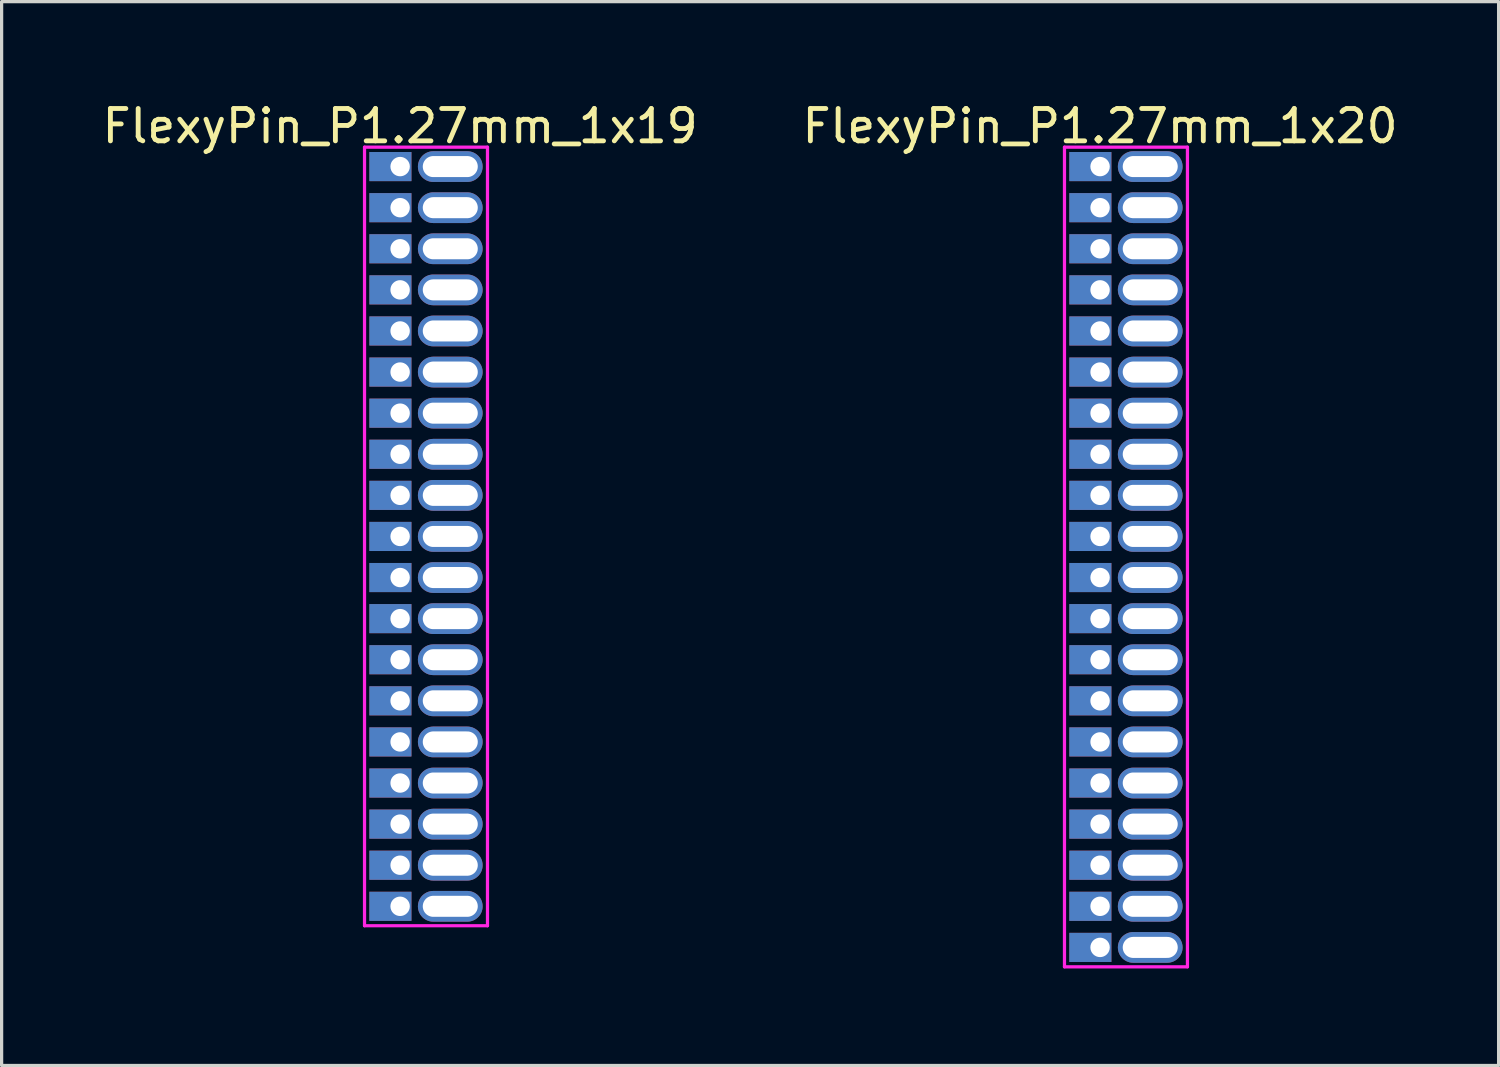
<source format=kicad_pcb>
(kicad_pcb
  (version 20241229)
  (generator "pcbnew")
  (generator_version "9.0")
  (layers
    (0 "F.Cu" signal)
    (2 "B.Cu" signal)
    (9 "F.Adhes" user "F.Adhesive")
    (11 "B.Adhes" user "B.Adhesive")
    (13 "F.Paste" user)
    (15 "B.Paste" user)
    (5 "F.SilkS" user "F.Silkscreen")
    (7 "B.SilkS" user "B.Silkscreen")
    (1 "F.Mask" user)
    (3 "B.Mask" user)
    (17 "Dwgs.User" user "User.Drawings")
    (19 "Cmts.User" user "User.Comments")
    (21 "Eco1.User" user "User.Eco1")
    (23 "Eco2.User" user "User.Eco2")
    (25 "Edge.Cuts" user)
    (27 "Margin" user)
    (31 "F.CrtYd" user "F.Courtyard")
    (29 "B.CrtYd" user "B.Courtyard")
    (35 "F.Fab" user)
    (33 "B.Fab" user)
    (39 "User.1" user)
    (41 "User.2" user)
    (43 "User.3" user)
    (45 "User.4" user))
  (footprint "FlexyPin_P1.27mm_1x20"
    (layer "F.Cu")
    (at 30.946 2.098)
    (property "Reference" "FlexyPin_P1.27mm_1x20" (at 0 -1.25 0) (layer "F.SilkS") (effects (font (size 1 1) (thickness 0.15))))
    (attr through_hole)
    (fp_line (start -1.1 -0.6) (end 2.7 -0.6) (stroke (width 0.1) (type solid)) (layer "F.CrtYd"))
    (fp_line (start -1.1 24.73) (end -1.1 -0.6) (stroke (width 0.1) (type solid)) (layer "F.CrtYd"))
    (fp_line (start 2.7 -0.6) (end 2.7 24.73) (stroke (width 0.1) (type solid)) (layer "F.CrtYd"))
    (fp_line (start 2.7 24.73) (end -1.1 24.73) (stroke (width 0.1) (type solid)) (layer "F.CrtYd"))
    (pad "" thru_hole oval (at 1.55 0) (size 2 0.95) (drill oval 1.7 0.65) (layers "*.Cu" "*.Mask"))
    (pad "" thru_hole oval (at 1.55 1.27) (size 2 0.95) (drill oval 1.7 0.65) (layers "*.Cu" "*.Mask"))
    (pad "" thru_hole oval (at 1.55 2.54) (size 2 0.95) (drill oval 1.7 0.65) (layers "*.Cu" "*.Mask"))
    (pad "" thru_hole oval (at 1.55 3.81) (size 2 0.95) (drill oval 1.7 0.65) (layers "*.Cu" "*.Mask"))
    (pad "" thru_hole oval (at 1.55 5.08) (size 2 0.95) (drill oval 1.7 0.65) (layers "*.Cu" "*.Mask"))
    (pad "" thru_hole oval (at 1.55 6.35) (size 2 0.95) (drill oval 1.7 0.65) (layers "*.Cu" "*.Mask"))
    (pad "" thru_hole oval (at 1.55 7.62) (size 2 0.95) (drill oval 1.7 0.65) (layers "*.Cu" "*.Mask"))
    (pad "" thru_hole oval (at 1.55 8.89) (size 2 0.95) (drill oval 1.7 0.65) (layers "*.Cu" "*.Mask"))
    (pad "" thru_hole oval (at 1.55 10.16) (size 2 0.95) (drill oval 1.7 0.65) (layers "*.Cu" "*.Mask"))
    (pad "" thru_hole oval (at 1.55 11.43) (size 2 0.95) (drill oval 1.7 0.65) (layers "*.Cu" "*.Mask"))
    (pad "" thru_hole oval (at 1.55 12.7) (size 2 0.95) (drill oval 1.7 0.65) (layers "*.Cu" "*.Mask"))
    (pad "" thru_hole oval (at 1.55 13.97) (size 2 0.95) (drill oval 1.7 0.65) (layers "*.Cu" "*.Mask"))
    (pad "" thru_hole oval (at 1.55 15.24) (size 2 0.95) (drill oval 1.7 0.65) (layers "*.Cu" "*.Mask"))
    (pad "" thru_hole oval (at 1.55 16.51) (size 2 0.95) (drill oval 1.7 0.65) (layers "*.Cu" "*.Mask"))
    (pad "" thru_hole oval (at 1.55 17.78) (size 2 0.95) (drill oval 1.7 0.65) (layers "*.Cu" "*.Mask"))
    (pad "" thru_hole oval (at 1.55 19.05) (size 2 0.95) (drill oval 1.7 0.65) (layers "*.Cu" "*.Mask"))
    (pad "" thru_hole oval (at 1.55 20.32) (size 2 0.95) (drill oval 1.7 0.65) (layers "*.Cu" "*.Mask"))
    (pad "" thru_hole oval (at 1.55 21.59) (size 2 0.95) (drill oval 1.7 0.65) (layers "*.Cu" "*.Mask"))
    (pad "" thru_hole oval (at 1.55 22.86) (size 2 0.95) (drill oval 1.7 0.65) (layers "*.Cu" "*.Mask"))
    (pad "" thru_hole oval (at 1.55 24.13) (size 2 0.95) (drill oval 1.7 0.65) (layers "*.Cu" "*.Mask"))
    (pad "1" thru_hole rect (at 0 0) (size 1.3 0.9) (drill 0.6 (offset -0.3 0)) (layers "*.Cu" "*.Mask"))
    (pad "2" thru_hole rect (at 0 1.27) (size 1.3 0.9) (drill 0.6 (offset -0.3 0)) (layers "*.Cu" "*.Mask"))
    (pad "3" thru_hole rect (at 0 2.54) (size 1.3 0.9) (drill 0.6 (offset -0.3 0)) (layers "*.Cu" "*.Mask"))
    (pad "4" thru_hole rect (at 0 3.81) (size 1.3 0.9) (drill 0.6 (offset -0.3 0)) (layers "*.Cu" "*.Mask"))
    (pad "5" thru_hole rect (at 0 5.08) (size 1.3 0.9) (drill 0.6 (offset -0.3 0)) (layers "*.Cu" "*.Mask"))
    (pad "6" thru_hole rect (at 0 6.35) (size 1.3 0.9) (drill 0.6 (offset -0.3 0)) (layers "*.Cu" "*.Mask"))
    (pad "7" thru_hole rect (at 0 7.62) (size 1.3 0.9) (drill 0.6 (offset -0.3 0)) (layers "*.Cu" "*.Mask"))
    (pad "8" thru_hole rect (at 0 8.89) (size 1.3 0.9) (drill 0.6 (offset -0.3 0)) (layers "*.Cu" "*.Mask"))
    (pad "9" thru_hole rect (at 0 10.16) (size 1.3 0.9) (drill 0.6 (offset -0.3 0)) (layers "*.Cu" "*.Mask"))
    (pad "10" thru_hole rect (at 0 11.43) (size 1.3 0.9) (drill 0.6 (offset -0.3 0)) (layers "*.Cu" "*.Mask"))
    (pad "11" thru_hole rect (at 0 12.7) (size 1.3 0.9) (drill 0.6 (offset -0.3 0)) (layers "*.Cu" "*.Mask"))
    (pad "12" thru_hole rect (at 0 13.97) (size 1.3 0.9) (drill 0.6 (offset -0.3 0)) (layers "*.Cu" "*.Mask"))
    (pad "13" thru_hole rect (at 0 15.24) (size 1.3 0.9) (drill 0.6 (offset -0.3 0)) (layers "*.Cu" "*.Mask"))
    (pad "14" thru_hole rect (at 0 16.51) (size 1.3 0.9) (drill 0.6 (offset -0.3 0)) (layers "*.Cu" "*.Mask"))
    (pad "15" thru_hole rect (at 0 17.78) (size 1.3 0.9) (drill 0.6 (offset -0.3 0)) (layers "*.Cu" "*.Mask"))
    (pad "16" thru_hole rect (at 0 19.05) (size 1.3 0.9) (drill 0.6 (offset -0.3 0)) (layers "*.Cu" "*.Mask"))
    (pad "17" thru_hole rect (at 0 20.32) (size 1.3 0.9) (drill 0.6 (offset -0.3 0)) (layers "*.Cu" "*.Mask"))
    (pad "18" thru_hole rect (at 0 21.59) (size 1.3 0.9) (drill 0.6 (offset -0.3 0)) (layers "*.Cu" "*.Mask"))
    (pad "19" thru_hole rect (at 0 22.86) (size 1.3 0.9) (drill 0.6 (offset -0.3 0)) (layers "*.Cu" "*.Mask"))
    (pad "20" thru_hole rect (at 0 24.13) (size 1.3 0.9) (drill 0.6 (offset -0.3 0)) (layers "*.Cu" "*.Mask")))
  (footprint "FlexyPin_P1.27mm_1x19"
    (layer "F.Cu")
    (at 9.315 2.098)
    (property "Reference" "FlexyPin_P1.27mm_1x19" (at 0 -1.25 0) (layer "F.SilkS") (effects (font (size 1 1) (thickness 0.15))))
    (attr through_hole)
    (fp_line (start -1.1 -0.6) (end 2.7 -0.6) (stroke (width 0.1) (type solid)) (layer "F.CrtYd"))
    (fp_line (start -1.1 23.46) (end -1.1 -0.6) (stroke (width 0.1) (type solid)) (layer "F.CrtYd"))
    (fp_line (start 2.7 -0.6) (end 2.7 23.46) (stroke (width 0.1) (type solid)) (layer "F.CrtYd"))
    (fp_line (start 2.7 23.46) (end -1.1 23.46) (stroke (width 0.1) (type solid)) (layer "F.CrtYd"))
    (pad "" thru_hole oval (at 1.55 0) (size 2 0.95) (drill oval 1.7 0.65) (layers "*.Cu" "*.Mask"))
    (pad "" thru_hole oval (at 1.55 1.27) (size 2 0.95) (drill oval 1.7 0.65) (layers "*.Cu" "*.Mask"))
    (pad "" thru_hole oval (at 1.55 2.54) (size 2 0.95) (drill oval 1.7 0.65) (layers "*.Cu" "*.Mask"))
    (pad "" thru_hole oval (at 1.55 3.81) (size 2 0.95) (drill oval 1.7 0.65) (layers "*.Cu" "*.Mask"))
    (pad "" thru_hole oval (at 1.55 5.08) (size 2 0.95) (drill oval 1.7 0.65) (layers "*.Cu" "*.Mask"))
    (pad "" thru_hole oval (at 1.55 6.35) (size 2 0.95) (drill oval 1.7 0.65) (layers "*.Cu" "*.Mask"))
    (pad "" thru_hole oval (at 1.55 7.62) (size 2 0.95) (drill oval 1.7 0.65) (layers "*.Cu" "*.Mask"))
    (pad "" thru_hole oval (at 1.55 8.89) (size 2 0.95) (drill oval 1.7 0.65) (layers "*.Cu" "*.Mask"))
    (pad "" thru_hole oval (at 1.55 10.16) (size 2 0.95) (drill oval 1.7 0.65) (layers "*.Cu" "*.Mask"))
    (pad "" thru_hole oval (at 1.55 11.43) (size 2 0.95) (drill oval 1.7 0.65) (layers "*.Cu" "*.Mask"))
    (pad "" thru_hole oval (at 1.55 12.7) (size 2 0.95) (drill oval 1.7 0.65) (layers "*.Cu" "*.Mask"))
    (pad "" thru_hole oval (at 1.55 13.97) (size 2 0.95) (drill oval 1.7 0.65) (layers "*.Cu" "*.Mask"))
    (pad "" thru_hole oval (at 1.55 15.24) (size 2 0.95) (drill oval 1.7 0.65) (layers "*.Cu" "*.Mask"))
    (pad "" thru_hole oval (at 1.55 16.51) (size 2 0.95) (drill oval 1.7 0.65) (layers "*.Cu" "*.Mask"))
    (pad "" thru_hole oval (at 1.55 17.78) (size 2 0.95) (drill oval 1.7 0.65) (layers "*.Cu" "*.Mask"))
    (pad "" thru_hole oval (at 1.55 19.05) (size 2 0.95) (drill oval 1.7 0.65) (layers "*.Cu" "*.Mask"))
    (pad "" thru_hole oval (at 1.55 20.32) (size 2 0.95) (drill oval 1.7 0.65) (layers "*.Cu" "*.Mask"))
    (pad "" thru_hole oval (at 1.55 21.59) (size 2 0.95) (drill oval 1.7 0.65) (layers "*.Cu" "*.Mask"))
    (pad "" thru_hole oval (at 1.55 22.86) (size 2 0.95) (drill oval 1.7 0.65) (layers "*.Cu" "*.Mask"))
    (pad "1" thru_hole rect (at 0 0) (size 1.3 0.9) (drill 0.6 (offset -0.3 0)) (layers "*.Cu" "*.Mask"))
    (pad "2" thru_hole rect (at 0 1.27) (size 1.3 0.9) (drill 0.6 (offset -0.3 0)) (layers "*.Cu" "*.Mask"))
    (pad "3" thru_hole rect (at 0 2.54) (size 1.3 0.9) (drill 0.6 (offset -0.3 0)) (layers "*.Cu" "*.Mask"))
    (pad "4" thru_hole rect (at 0 3.81) (size 1.3 0.9) (drill 0.6 (offset -0.3 0)) (layers "*.Cu" "*.Mask"))
    (pad "5" thru_hole rect (at 0 5.08) (size 1.3 0.9) (drill 0.6 (offset -0.3 0)) (layers "*.Cu" "*.Mask"))
    (pad "6" thru_hole rect (at 0 6.35) (size 1.3 0.9) (drill 0.6 (offset -0.3 0)) (layers "*.Cu" "*.Mask"))
    (pad "7" thru_hole rect (at 0 7.62) (size 1.3 0.9) (drill 0.6 (offset -0.3 0)) (layers "*.Cu" "*.Mask"))
    (pad "8" thru_hole rect (at 0 8.89) (size 1.3 0.9) (drill 0.6 (offset -0.3 0)) (layers "*.Cu" "*.Mask"))
    (pad "9" thru_hole rect (at 0 10.16) (size 1.3 0.9) (drill 0.6 (offset -0.3 0)) (layers "*.Cu" "*.Mask"))
    (pad "10" thru_hole rect (at 0 11.43) (size 1.3 0.9) (drill 0.6 (offset -0.3 0)) (layers "*.Cu" "*.Mask"))
    (pad "11" thru_hole rect (at 0 12.7) (size 1.3 0.9) (drill 0.6 (offset -0.3 0)) (layers "*.Cu" "*.Mask"))
    (pad "12" thru_hole rect (at 0 13.97) (size 1.3 0.9) (drill 0.6 (offset -0.3 0)) (layers "*.Cu" "*.Mask"))
    (pad "13" thru_hole rect (at 0 15.24) (size 1.3 0.9) (drill 0.6 (offset -0.3 0)) (layers "*.Cu" "*.Mask"))
    (pad "14" thru_hole rect (at 0 16.51) (size 1.3 0.9) (drill 0.6 (offset -0.3 0)) (layers "*.Cu" "*.Mask"))
    (pad "15" thru_hole rect (at 0 17.78) (size 1.3 0.9) (drill 0.6 (offset -0.3 0)) (layers "*.Cu" "*.Mask"))
    (pad "16" thru_hole rect (at 0 19.05) (size 1.3 0.9) (drill 0.6 (offset -0.3 0)) (layers "*.Cu" "*.Mask"))
    (pad "17" thru_hole rect (at 0 20.32) (size 1.3 0.9) (drill 0.6 (offset -0.3 0)) (layers "*.Cu" "*.Mask"))
    (pad "18" thru_hole rect (at 0 21.59) (size 1.3 0.9) (drill 0.6 (offset -0.3 0)) (layers "*.Cu" "*.Mask"))
    (pad "19" thru_hole rect (at 0 22.86) (size 1.3 0.9) (drill 0.6 (offset -0.3 0)) (layers "*.Cu" "*.Mask")))
  (gr_rect
    (start -3 -3)
    (end 43.262 29.878)
    (stroke (width 0.1) (type default))
    (fill no)
    (layer "Edge.Cuts")))
</source>
